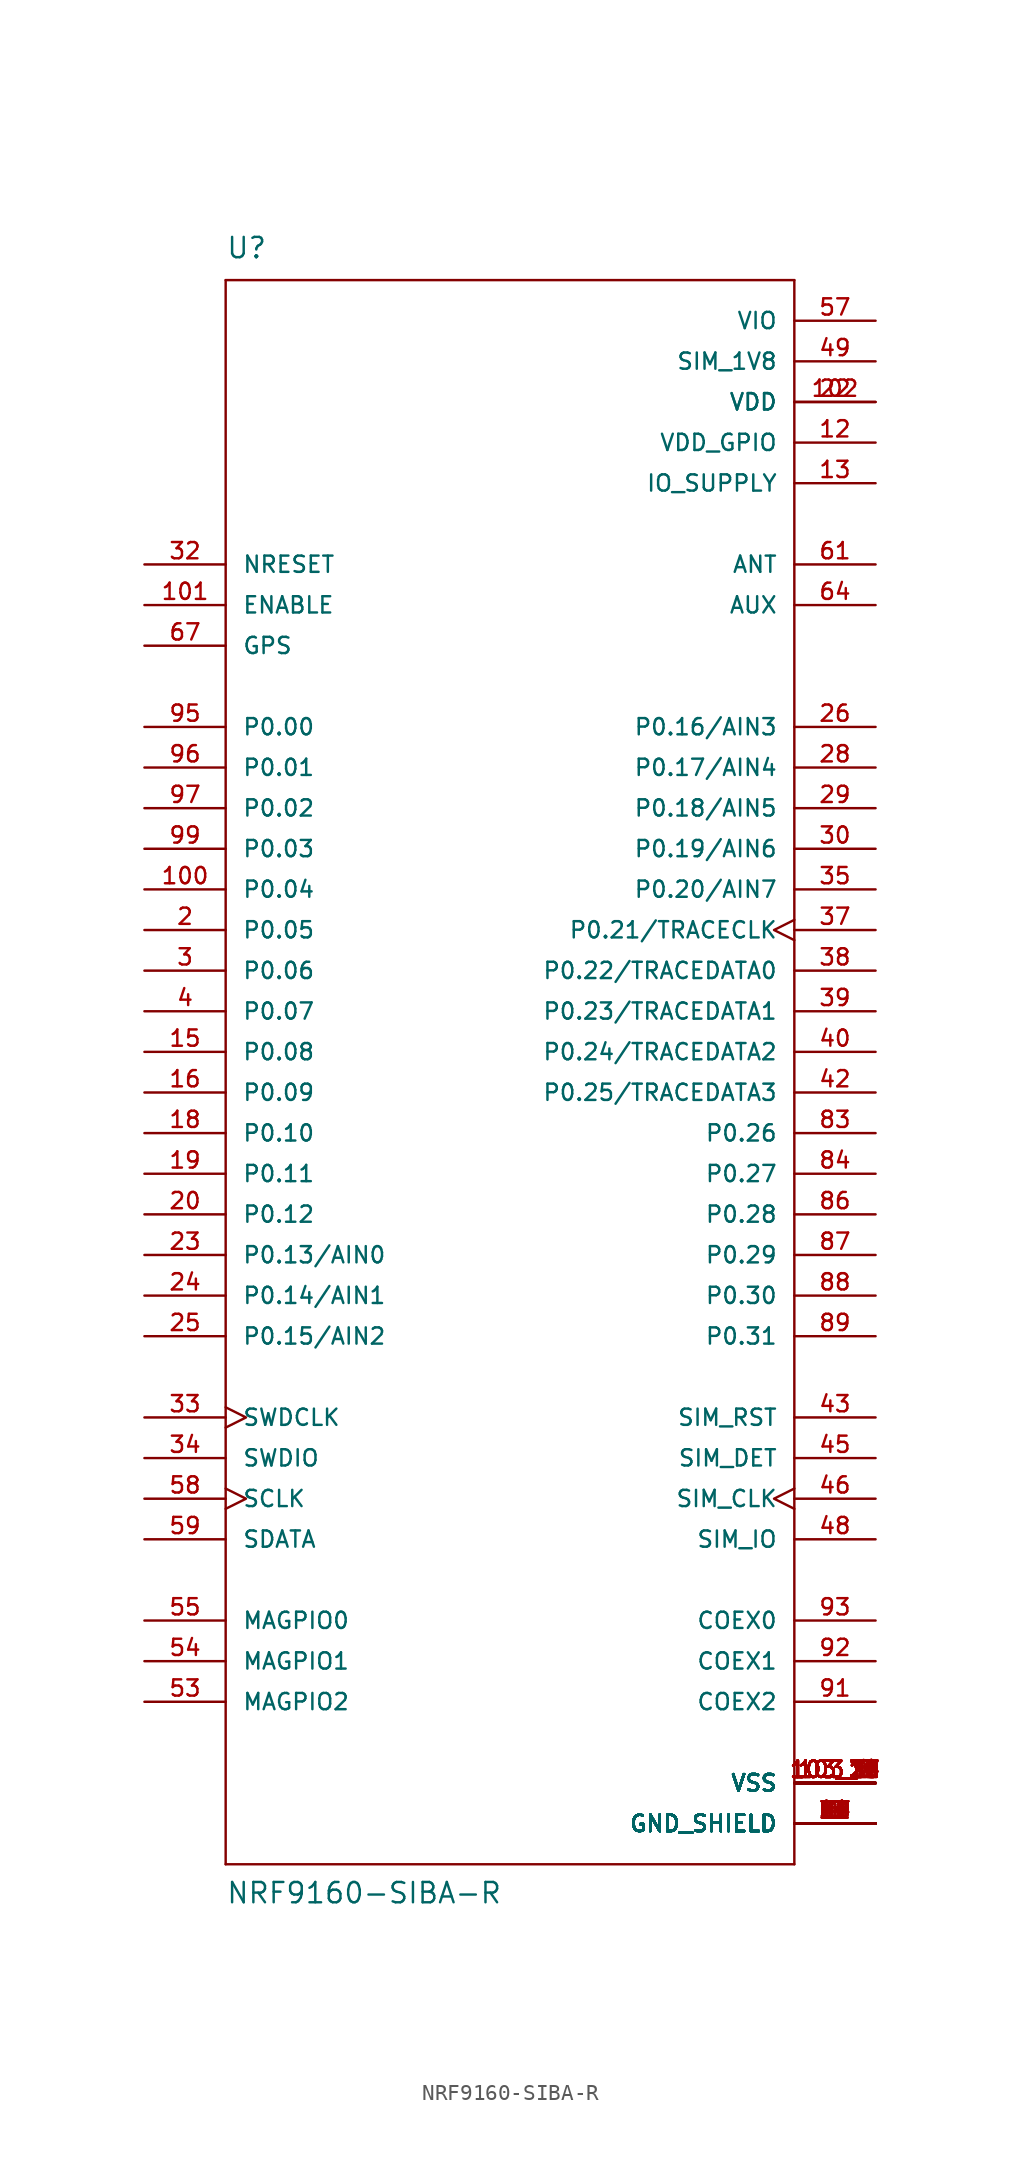
<source format=kicad_sym>
(kicad_symbol_lib
  (version 20210619)
  (generator kicad_symbol_editor)
  (symbol "tinkerforge:NRF9160-SIBA-R"
    (pin_names
      (offset 1.016))
    (property "Reference" "U"
      (at -17.78 52.07 0)
      (effects (font (size 1.27 1.27)) (justify left bottom)))
    (property "Value" "NRF9160-SIBA-R"
      (at -17.78 -50.8 0)
      (effects (font (size 1.27 1.27)) (justify left bottom)))
    (symbol "NRF9160-SIBA-R_0_0"
      (polyline (pts (xy -17.78 -48.26) (xy -17.78 50.8)) (stroke (width 0.152)) (fill (type none)))
      (polyline (pts (xy -17.78 50.8) (xy 17.78 50.8)) (stroke (width 0.152)) (fill (type none)))
      (polyline (pts (xy 17.78 -48.26) (xy -17.78 -48.26)) (stroke (width 0.152)) (fill (type none)))
      (polyline (pts (xy 17.78 50.8) (xy 17.78 -48.26)) (stroke (width 0.152)) (fill (type none)))
      (pin power_in line (at 22.86 -45.72 180) (length 5.08) (name "GND_SHIELD" (effects (font (size 1.016 1.016)))) (number "1" (effects (font (size 1.016 1.016)))))
      (pin bidirectional line (at -22.86 12.7 0) (length 5.08) (name "P0.04" (effects (font (size 1.016 1.016)))) (number "100" (effects (font (size 1.016 1.016)))))
      (pin input line (at -22.86 30.48 0) (length 5.08) (name "ENABLE" (effects (font (size 1.016 1.016)))) (number "101" (effects (font (size 1.016 1.016)))))
      (pin power_in line (at 22.86 43.18 180) (length 5.08) (name "VDD" (effects (font (size 1.016 1.016)))) (number "102" (effects (font (size 1.016 1.016)))))
      (pin power_in line (at 22.86 -43.18 180) (length 5.08) (name "VSS" (effects (font (size 1.016 1.016)))) (number "103_1" (effects (font (size 1.016 1.016)))))
      (pin power_in line (at 22.86 -43.18 180) (length 5.08) (name "VSS" (effects (font (size 1.016 1.016)))) (number "103_10" (effects (font (size 1.016 1.016)))))
      (pin power_in line (at 22.86 -43.18 180) (length 5.08) (name "VSS" (effects (font (size 1.016 1.016)))) (number "103_11" (effects (font (size 1.016 1.016)))))
      (pin power_in line (at 22.86 -43.18 180) (length 5.08) (name "VSS" (effects (font (size 1.016 1.016)))) (number "103_12" (effects (font (size 1.016 1.016)))))
      (pin power_in line (at 22.86 -43.18 180) (length 5.08) (name "VSS" (effects (font (size 1.016 1.016)))) (number "103_13" (effects (font (size 1.016 1.016)))))
      (pin power_in line (at 22.86 -43.18 180) (length 5.08) (name "VSS" (effects (font (size 1.016 1.016)))) (number "103_14" (effects (font (size 1.016 1.016)))))
      (pin power_in line (at 22.86 -43.18 180) (length 5.08) (name "VSS" (effects (font (size 1.016 1.016)))) (number "103_15" (effects (font (size 1.016 1.016)))))
      (pin power_in line (at 22.86 -43.18 180) (length 5.08) (name "VSS" (effects (font (size 1.016 1.016)))) (number "103_16" (effects (font (size 1.016 1.016)))))
      (pin power_in line (at 22.86 -43.18 180) (length 5.08) (name "VSS" (effects (font (size 1.016 1.016)))) (number "103_17" (effects (font (size 1.016 1.016)))))
      (pin power_in line (at 22.86 -43.18 180) (length 5.08) (name "VSS" (effects (font (size 1.016 1.016)))) (number "103_18" (effects (font (size 1.016 1.016)))))
      (pin power_in line (at 22.86 -43.18 180) (length 5.08) (name "VSS" (effects (font (size 1.016 1.016)))) (number "103_19" (effects (font (size 1.016 1.016)))))
      (pin power_in line (at 22.86 -43.18 180) (length 5.08) (name "VSS" (effects (font (size 1.016 1.016)))) (number "103_2" (effects (font (size 1.016 1.016)))))
      (pin power_in line (at 22.86 -43.18 180) (length 5.08) (name "VSS" (effects (font (size 1.016 1.016)))) (number "103_20" (effects (font (size 1.016 1.016)))))
      (pin power_in line (at 22.86 -43.18 180) (length 5.08) (name "VSS" (effects (font (size 1.016 1.016)))) (number "103_21" (effects (font (size 1.016 1.016)))))
      (pin power_in line (at 22.86 -43.18 180) (length 5.08) (name "VSS" (effects (font (size 1.016 1.016)))) (number "103_22" (effects (font (size 1.016 1.016)))))
      (pin power_in line (at 22.86 -43.18 180) (length 5.08) (name "VSS" (effects (font (size 1.016 1.016)))) (number "103_23" (effects (font (size 1.016 1.016)))))
      (pin power_in line (at 22.86 -43.18 180) (length 5.08) (name "VSS" (effects (font (size 1.016 1.016)))) (number "103_24" (effects (font (size 1.016 1.016)))))
      (pin power_in line (at 22.86 -43.18 180) (length 5.08) (name "VSS" (effects (font (size 1.016 1.016)))) (number "103_25" (effects (font (size 1.016 1.016)))))
      (pin power_in line (at 22.86 -43.18 180) (length 5.08) (name "VSS" (effects (font (size 1.016 1.016)))) (number "103_26" (effects (font (size 1.016 1.016)))))
      (pin power_in line (at 22.86 -43.18 180) (length 5.08) (name "VSS" (effects (font (size 1.016 1.016)))) (number "103_27" (effects (font (size 1.016 1.016)))))
      (pin power_in line (at 22.86 -43.18 180) (length 5.08) (name "VSS" (effects (font (size 1.016 1.016)))) (number "103_28" (effects (font (size 1.016 1.016)))))
      (pin power_in line (at 22.86 -43.18 180) (length 5.08) (name "VSS" (effects (font (size 1.016 1.016)))) (number "103_29" (effects (font (size 1.016 1.016)))))
      (pin power_in line (at 22.86 -43.18 180) (length 5.08) (name "VSS" (effects (font (size 1.016 1.016)))) (number "103_3" (effects (font (size 1.016 1.016)))))
      (pin power_in line (at 22.86 -43.18 180) (length 5.08) (name "VSS" (effects (font (size 1.016 1.016)))) (number "103_30" (effects (font (size 1.016 1.016)))))
      (pin power_in line (at 22.86 -43.18 180) (length 5.08) (name "VSS" (effects (font (size 1.016 1.016)))) (number "103_31" (effects (font (size 1.016 1.016)))))
      (pin power_in line (at 22.86 -43.18 180) (length 5.08) (name "VSS" (effects (font (size 1.016 1.016)))) (number "103_32" (effects (font (size 1.016 1.016)))))
      (pin power_in line (at 22.86 -43.18 180) (length 5.08) (name "VSS" (effects (font (size 1.016 1.016)))) (number "103_33" (effects (font (size 1.016 1.016)))))
      (pin power_in line (at 22.86 -43.18 180) (length 5.08) (name "VSS" (effects (font (size 1.016 1.016)))) (number "103_34" (effects (font (size 1.016 1.016)))))
      (pin power_in line (at 22.86 -43.18 180) (length 5.08) (name "VSS" (effects (font (size 1.016 1.016)))) (number "103_35" (effects (font (size 1.016 1.016)))))
      (pin power_in line (at 22.86 -43.18 180) (length 5.08) (name "VSS" (effects (font (size 1.016 1.016)))) (number "103_4" (effects (font (size 1.016 1.016)))))
      (pin power_in line (at 22.86 -43.18 180) (length 5.08) (name "VSS" (effects (font (size 1.016 1.016)))) (number "103_5" (effects (font (size 1.016 1.016)))))
      (pin power_in line (at 22.86 -43.18 180) (length 5.08) (name "VSS" (effects (font (size 1.016 1.016)))) (number "103_6" (effects (font (size 1.016 1.016)))))
      (pin power_in line (at 22.86 -43.18 180) (length 5.08) (name "VSS" (effects (font (size 1.016 1.016)))) (number "103_7" (effects (font (size 1.016 1.016)))))
      (pin power_in line (at 22.86 -43.18 180) (length 5.08) (name "VSS" (effects (font (size 1.016 1.016)))) (number "103_8" (effects (font (size 1.016 1.016)))))
      (pin power_in line (at 22.86 -43.18 180) (length 5.08) (name "VSS" (effects (font (size 1.016 1.016)))) (number "103_9" (effects (font (size 1.016 1.016)))))
      (pin power_in line (at 22.86 40.64 180) (length 5.08) (name "VDD_GPIO" (effects (font (size 1.016 1.016)))) (number "12" (effects (font (size 1.016 1.016)))))
      (pin power_in line (at 22.86 38.1 180) (length 5.08) (name "IO_SUPPLY" (effects (font (size 1.016 1.016)))) (number "13" (effects (font (size 1.016 1.016)))))
      (pin power_in line (at 22.86 -45.72 180) (length 5.08) (name "GND_SHIELD" (effects (font (size 1.016 1.016)))) (number "14" (effects (font (size 1.016 1.016)))))
      (pin bidirectional line (at -22.86 2.54 0) (length 5.08) (name "P0.08" (effects (font (size 1.016 1.016)))) (number "15" (effects (font (size 1.016 1.016)))))
      (pin bidirectional line (at -22.86 0 0) (length 5.08) (name "P0.09" (effects (font (size 1.016 1.016)))) (number "16" (effects (font (size 1.016 1.016)))))
      (pin power_in line (at 22.86 -45.72 180) (length 5.08) (name "GND_SHIELD" (effects (font (size 1.016 1.016)))) (number "17" (effects (font (size 1.016 1.016)))))
      (pin bidirectional line (at -22.86 -2.54 0) (length 5.08) (name "P0.10" (effects (font (size 1.016 1.016)))) (number "18" (effects (font (size 1.016 1.016)))))
      (pin bidirectional line (at -22.86 -5.08 0) (length 5.08) (name "P0.11" (effects (font (size 1.016 1.016)))) (number "19" (effects (font (size 1.016 1.016)))))
      (pin bidirectional line (at -22.86 10.16 0) (length 5.08) (name "P0.05" (effects (font (size 1.016 1.016)))) (number "2" (effects (font (size 1.016 1.016)))))
      (pin bidirectional line (at -22.86 -7.62 0) (length 5.08) (name "P0.12" (effects (font (size 1.016 1.016)))) (number "20" (effects (font (size 1.016 1.016)))))
      (pin power_in line (at 22.86 -45.72 180) (length 5.08) (name "GND_SHIELD" (effects (font (size 1.016 1.016)))) (number "21" (effects (font (size 1.016 1.016)))))
      (pin power_in line (at 22.86 43.18 180) (length 5.08) (name "VDD" (effects (font (size 1.016 1.016)))) (number "22" (effects (font (size 1.016 1.016)))))
      (pin bidirectional line (at -22.86 -10.16 0) (length 5.08) (name "P0.13/AIN0" (effects (font (size 1.016 1.016)))) (number "23" (effects (font (size 1.016 1.016)))))
      (pin bidirectional line (at -22.86 -12.7 0) (length 5.08) (name "P0.14/AIN1" (effects (font (size 1.016 1.016)))) (number "24" (effects (font (size 1.016 1.016)))))
      (pin bidirectional line (at -22.86 -15.24 0) (length 5.08) (name "P0.15/AIN2" (effects (font (size 1.016 1.016)))) (number "25" (effects (font (size 1.016 1.016)))))
      (pin bidirectional line (at 22.86 22.86 180) (length 5.08) (name "P0.16/AIN3" (effects (font (size 1.016 1.016)))) (number "26" (effects (font (size 1.016 1.016)))))
      (pin power_in line (at 22.86 -45.72 180) (length 5.08) (name "GND_SHIELD" (effects (font (size 1.016 1.016)))) (number "27" (effects (font (size 1.016 1.016)))))
      (pin bidirectional line (at 22.86 20.32 180) (length 5.08) (name "P0.17/AIN4" (effects (font (size 1.016 1.016)))) (number "28" (effects (font (size 1.016 1.016)))))
      (pin bidirectional line (at 22.86 17.78 180) (length 5.08) (name "P0.18/AIN5" (effects (font (size 1.016 1.016)))) (number "29" (effects (font (size 1.016 1.016)))))
      (pin bidirectional line (at -22.86 7.62 0) (length 5.08) (name "P0.06" (effects (font (size 1.016 1.016)))) (number "3" (effects (font (size 1.016 1.016)))))
      (pin bidirectional line (at 22.86 15.24 180) (length 5.08) (name "P0.19/AIN6" (effects (font (size 1.016 1.016)))) (number "30" (effects (font (size 1.016 1.016)))))
      (pin power_in line (at 22.86 -45.72 180) (length 5.08) (name "GND_SHIELD" (effects (font (size 1.016 1.016)))) (number "31" (effects (font (size 1.016 1.016)))))
      (pin bidirectional line (at -22.86 33.02 0) (length 5.08) (name "NRESET" (effects (font (size 1.016 1.016)))) (number "32" (effects (font (size 1.016 1.016)))))
      (pin input clock (at -22.86 -20.32 0) (length 5.08) (name "SWDCLK" (effects (font (size 1.016 1.016)))) (number "33" (effects (font (size 1.016 1.016)))))
      (pin bidirectional line (at -22.86 -22.86 0) (length 5.08) (name "SWDIO" (effects (font (size 1.016 1.016)))) (number "34" (effects (font (size 1.016 1.016)))))
      (pin bidirectional line (at 22.86 12.7 180) (length 5.08) (name "P0.20/AIN7" (effects (font (size 1.016 1.016)))) (number "35" (effects (font (size 1.016 1.016)))))
      (pin power_in line (at 22.86 -45.72 180) (length 5.08) (name "GND_SHIELD" (effects (font (size 1.016 1.016)))) (number "36" (effects (font (size 1.016 1.016)))))
      (pin bidirectional clock (at 22.86 10.16 180) (length 5.08) (name "P0.21/TRACECLK" (effects (font (size 1.016 1.016)))) (number "37" (effects (font (size 1.016 1.016)))))
      (pin bidirectional line (at 22.86 7.62 180) (length 5.08) (name "P0.22/TRACEDATA0" (effects (font (size 1.016 1.016)))) (number "38" (effects (font (size 1.016 1.016)))))
      (pin bidirectional line (at 22.86 5.08 180) (length 5.08) (name "P0.23/TRACEDATA1" (effects (font (size 1.016 1.016)))) (number "39" (effects (font (size 1.016 1.016)))))
      (pin bidirectional line (at -22.86 5.08 0) (length 5.08) (name "P0.07" (effects (font (size 1.016 1.016)))) (number "4" (effects (font (size 1.016 1.016)))))
      (pin bidirectional line (at 22.86 2.54 180) (length 5.08) (name "P0.24/TRACEDATA2" (effects (font (size 1.016 1.016)))) (number "40" (effects (font (size 1.016 1.016)))))
      (pin power_in line (at 22.86 -45.72 180) (length 5.08) (name "GND_SHIELD" (effects (font (size 1.016 1.016)))) (number "41" (effects (font (size 1.016 1.016)))))
      (pin bidirectional line (at 22.86 0 180) (length 5.08) (name "P0.25/TRACEDATA3" (effects (font (size 1.016 1.016)))) (number "42" (effects (font (size 1.016 1.016)))))
      (pin bidirectional line (at 22.86 -20.32 180) (length 5.08) (name "SIM_RST" (effects (font (size 1.016 1.016)))) (number "43" (effects (font (size 1.016 1.016)))))
      (pin power_in line (at 22.86 -45.72 180) (length 5.08) (name "GND_SHIELD" (effects (font (size 1.016 1.016)))) (number "44" (effects (font (size 1.016 1.016)))))
      (pin bidirectional line (at 22.86 -22.86 180) (length 5.08) (name "SIM_DET" (effects (font (size 1.016 1.016)))) (number "45" (effects (font (size 1.016 1.016)))))
      (pin bidirectional clock (at 22.86 -25.4 180) (length 5.08) (name "SIM_CLK" (effects (font (size 1.016 1.016)))) (number "46" (effects (font (size 1.016 1.016)))))
      (pin power_in line (at 22.86 -45.72 180) (length 5.08) (name "GND_SHIELD" (effects (font (size 1.016 1.016)))) (number "47" (effects (font (size 1.016 1.016)))))
      (pin bidirectional line (at 22.86 -27.94 180) (length 5.08) (name "SIM_IO" (effects (font (size 1.016 1.016)))) (number "48" (effects (font (size 1.016 1.016)))))
      (pin power_in line (at 22.86 45.72 180) (length 5.08) (name "SIM_1V8" (effects (font (size 1.016 1.016)))) (number "49" (effects (font (size 1.016 1.016)))))
      (pin power_in line (at 22.86 -45.72 180) (length 5.08) (name "GND_SHIELD" (effects (font (size 1.016 1.016)))) (number "5" (effects (font (size 1.016 1.016)))))
      (pin power_in line (at 22.86 -45.72 180) (length 5.08) (name "GND_SHIELD" (effects (font (size 1.016 1.016)))) (number "50" (effects (font (size 1.016 1.016)))))
      (pin power_in line (at 22.86 -45.72 180) (length 5.08) (name "GND_SHIELD" (effects (font (size 1.016 1.016)))) (number "52" (effects (font (size 1.016 1.016)))))
      (pin bidirectional line (at -22.86 -38.1 0) (length 5.08) (name "MAGPIO2" (effects (font (size 1.016 1.016)))) (number "53" (effects (font (size 1.016 1.016)))))
      (pin bidirectional line (at -22.86 -35.56 0) (length 5.08) (name "MAGPIO1" (effects (font (size 1.016 1.016)))) (number "54" (effects (font (size 1.016 1.016)))))
      (pin bidirectional line (at -22.86 -33.02 0) (length 5.08) (name "MAGPIO0" (effects (font (size 1.016 1.016)))) (number "55" (effects (font (size 1.016 1.016)))))
      (pin power_in line (at 22.86 -45.72 180) (length 5.08) (name "GND_SHIELD" (effects (font (size 1.016 1.016)))) (number "56" (effects (font (size 1.016 1.016)))))
      (pin power_in line (at 22.86 48.26 180) (length 5.08) (name "VIO" (effects (font (size 1.016 1.016)))) (number "57" (effects (font (size 1.016 1.016)))))
      (pin bidirectional clock (at -22.86 -25.4 0) (length 5.08) (name "SCLK" (effects (font (size 1.016 1.016)))) (number "58" (effects (font (size 1.016 1.016)))))
      (pin bidirectional line (at -22.86 -27.94 0) (length 5.08) (name "SDATA" (effects (font (size 1.016 1.016)))) (number "59" (effects (font (size 1.016 1.016)))))
      (pin power_in line (at 22.86 -45.72 180) (length 5.08) (name "GND_SHIELD" (effects (font (size 1.016 1.016)))) (number "6" (effects (font (size 1.016 1.016)))))
      (pin power_in line (at 22.86 -45.72 180) (length 5.08) (name "GND_SHIELD" (effects (font (size 1.016 1.016)))) (number "60" (effects (font (size 1.016 1.016)))))
      (pin output line (at 22.86 33.02 180) (length 5.08) (name "ANT" (effects (font (size 1.016 1.016)))) (number "61" (effects (font (size 1.016 1.016)))))
      (pin power_in line (at 22.86 -45.72 180) (length 5.08) (name "GND_SHIELD" (effects (font (size 1.016 1.016)))) (number "62" (effects (font (size 1.016 1.016)))))
      (pin power_in line (at 22.86 -45.72 180) (length 5.08) (name "GND_SHIELD" (effects (font (size 1.016 1.016)))) (number "63" (effects (font (size 1.016 1.016)))))
      (pin output line (at 22.86 30.48 180) (length 5.08) (name "AUX" (effects (font (size 1.016 1.016)))) (number "64" (effects (font (size 1.016 1.016)))))
      (pin power_in line (at 22.86 -45.72 180) (length 5.08) (name "GND_SHIELD" (effects (font (size 1.016 1.016)))) (number "65" (effects (font (size 1.016 1.016)))))
      (pin power_in line (at 22.86 -45.72 180) (length 5.08) (name "GND_SHIELD" (effects (font (size 1.016 1.016)))) (number "66" (effects (font (size 1.016 1.016)))))
      (pin input line (at -22.86 27.94 0) (length 5.08) (name "GPS" (effects (font (size 1.016 1.016)))) (number "67" (effects (font (size 1.016 1.016)))))
      (pin power_in line (at 22.86 -45.72 180) (length 5.08) (name "GND_SHIELD" (effects (font (size 1.016 1.016)))) (number "68" (effects (font (size 1.016 1.016)))))
      (pin power_in line (at 22.86 -45.72 180) (length 5.08) (name "GND_SHIELD" (effects (font (size 1.016 1.016)))) (number "69" (effects (font (size 1.016 1.016)))))
      (pin power_in line (at 22.86 -45.72 180) (length 5.08) (name "GND_SHIELD" (effects (font (size 1.016 1.016)))) (number "7" (effects (font (size 1.016 1.016)))))
      (pin power_in line (at 22.86 -45.72 180) (length 5.08) (name "GND_SHIELD" (effects (font (size 1.016 1.016)))) (number "72" (effects (font (size 1.016 1.016)))))
      (pin power_in line (at 22.86 -45.72 180) (length 5.08) (name "GND_SHIELD" (effects (font (size 1.016 1.016)))) (number "74" (effects (font (size 1.016 1.016)))))
      (pin power_in line (at 22.86 -45.72 180) (length 5.08) (name "GND_SHIELD" (effects (font (size 1.016 1.016)))) (number "75" (effects (font (size 1.016 1.016)))))
      (pin power_in line (at 22.86 -45.72 180) (length 5.08) (name "GND_SHIELD" (effects (font (size 1.016 1.016)))) (number "76" (effects (font (size 1.016 1.016)))))
      (pin power_in line (at 22.86 -45.72 180) (length 5.08) (name "GND_SHIELD" (effects (font (size 1.016 1.016)))) (number "77" (effects (font (size 1.016 1.016)))))
      (pin power_in line (at 22.86 -45.72 180) (length 5.08) (name "GND_SHIELD" (effects (font (size 1.016 1.016)))) (number "78" (effects (font (size 1.016 1.016)))))
      (pin power_in line (at 22.86 -45.72 180) (length 5.08) (name "GND_SHIELD" (effects (font (size 1.016 1.016)))) (number "79" (effects (font (size 1.016 1.016)))))
      (pin power_in line (at 22.86 -45.72 180) (length 5.08) (name "GND_SHIELD" (effects (font (size 1.016 1.016)))) (number "8" (effects (font (size 1.016 1.016)))))
      (pin power_in line (at 22.86 -45.72 180) (length 5.08) (name "GND_SHIELD" (effects (font (size 1.016 1.016)))) (number "80" (effects (font (size 1.016 1.016)))))
      (pin power_in line (at 22.86 -45.72 180) (length 5.08) (name "GND_SHIELD" (effects (font (size 1.016 1.016)))) (number "81" (effects (font (size 1.016 1.016)))))
      (pin power_in line (at 22.86 -45.72 180) (length 5.08) (name "GND_SHIELD" (effects (font (size 1.016 1.016)))) (number "82" (effects (font (size 1.016 1.016)))))
      (pin bidirectional line (at 22.86 -2.54 180) (length 5.08) (name "P0.26" (effects (font (size 1.016 1.016)))) (number "83" (effects (font (size 1.016 1.016)))))
      (pin bidirectional line (at 22.86 -5.08 180) (length 5.08) (name "P0.27" (effects (font (size 1.016 1.016)))) (number "84" (effects (font (size 1.016 1.016)))))
      (pin power_in line (at 22.86 -45.72 180) (length 5.08) (name "GND_SHIELD" (effects (font (size 1.016 1.016)))) (number "85" (effects (font (size 1.016 1.016)))))
      (pin bidirectional line (at 22.86 -7.62 180) (length 5.08) (name "P0.28" (effects (font (size 1.016 1.016)))) (number "86" (effects (font (size 1.016 1.016)))))
      (pin bidirectional line (at 22.86 -10.16 180) (length 5.08) (name "P0.29" (effects (font (size 1.016 1.016)))) (number "87" (effects (font (size 1.016 1.016)))))
      (pin bidirectional line (at 22.86 -12.7 180) (length 5.08) (name "P0.30" (effects (font (size 1.016 1.016)))) (number "88" (effects (font (size 1.016 1.016)))))
      (pin bidirectional line (at 22.86 -15.24 180) (length 5.08) (name "P0.31" (effects (font (size 1.016 1.016)))) (number "89" (effects (font (size 1.016 1.016)))))
      (pin power_in line (at 22.86 -45.72 180) (length 5.08) (name "GND_SHIELD" (effects (font (size 1.016 1.016)))) (number "9" (effects (font (size 1.016 1.016)))))
      (pin power_in line (at 22.86 -45.72 180) (length 5.08) (name "GND_SHIELD" (effects (font (size 1.016 1.016)))) (number "90" (effects (font (size 1.016 1.016)))))
      (pin bidirectional line (at 22.86 -38.1 180) (length 5.08) (name "COEX2" (effects (font (size 1.016 1.016)))) (number "91" (effects (font (size 1.016 1.016)))))
      (pin bidirectional line (at 22.86 -35.56 180) (length 5.08) (name "COEX1" (effects (font (size 1.016 1.016)))) (number "92" (effects (font (size 1.016 1.016)))))
      (pin bidirectional line (at 22.86 -33.02 180) (length 5.08) (name "COEX0" (effects (font (size 1.016 1.016)))) (number "93" (effects (font (size 1.016 1.016)))))
      (pin power_in line (at 22.86 -45.72 180) (length 5.08) (name "GND_SHIELD" (effects (font (size 1.016 1.016)))) (number "94" (effects (font (size 1.016 1.016)))))
      (pin bidirectional line (at -22.86 22.86 0) (length 5.08) (name "P0.00" (effects (font (size 1.016 1.016)))) (number "95" (effects (font (size 1.016 1.016)))))
      (pin bidirectional line (at -22.86 20.32 0) (length 5.08) (name "P0.01" (effects (font (size 1.016 1.016)))) (number "96" (effects (font (size 1.016 1.016)))))
      (pin bidirectional line (at -22.86 17.78 0) (length 5.08) (name "P0.02" (effects (font (size 1.016 1.016)))) (number "97" (effects (font (size 1.016 1.016)))))
      (pin power_in line (at 22.86 -45.72 180) (length 5.08) (name "GND_SHIELD" (effects (font (size 1.016 1.016)))) (number "98" (effects (font (size 1.016 1.016)))))
      (pin bidirectional line (at -22.86 15.24 0) (length 5.08) (name "P0.03" (effects (font (size 1.016 1.016)))) (number "99" (effects (font (size 1.016 1.016))))))))
</source>
